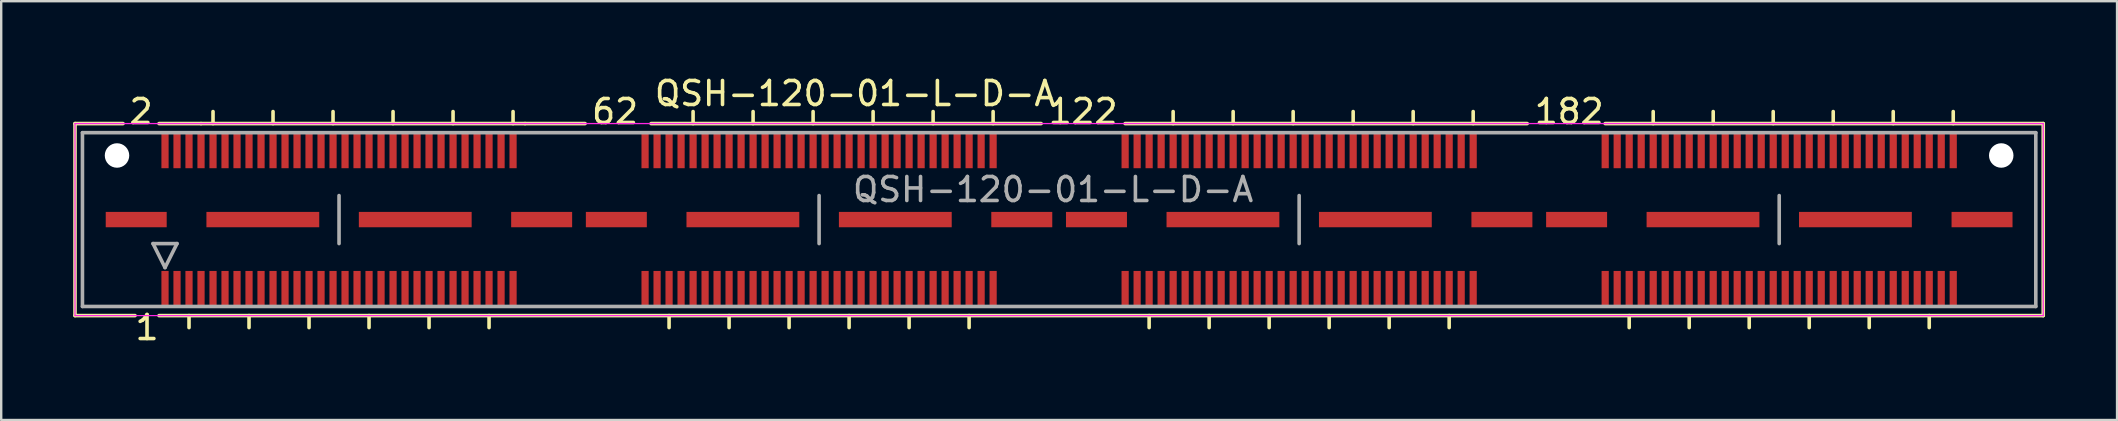
<source format=kicad_pcb>
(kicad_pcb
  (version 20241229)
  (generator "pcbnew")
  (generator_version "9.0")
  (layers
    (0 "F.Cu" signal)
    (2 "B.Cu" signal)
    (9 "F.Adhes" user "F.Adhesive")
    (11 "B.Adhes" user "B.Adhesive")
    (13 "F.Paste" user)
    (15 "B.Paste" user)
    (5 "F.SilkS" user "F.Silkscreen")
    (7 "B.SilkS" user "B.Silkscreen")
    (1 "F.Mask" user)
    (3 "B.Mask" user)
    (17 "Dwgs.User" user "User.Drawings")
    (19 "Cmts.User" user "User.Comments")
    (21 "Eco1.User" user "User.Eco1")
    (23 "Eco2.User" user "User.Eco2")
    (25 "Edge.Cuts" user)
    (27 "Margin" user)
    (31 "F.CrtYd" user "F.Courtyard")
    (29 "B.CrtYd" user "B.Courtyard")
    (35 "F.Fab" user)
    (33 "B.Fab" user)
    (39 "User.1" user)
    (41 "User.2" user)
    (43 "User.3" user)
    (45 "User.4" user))
  (footprint "QSH-120-01-L-D-A"
    (layer "F.Cu")
    (at 41.075 6.098)
    (property "Reference" "QSH-120-01-L-D-A" (at -8.5 -5.25 0) (layer "F.SilkS") (effects (font (size 1 1) (thickness 0.15))))
    (attr smd)
    (fp_line (start -41 -4) (end -41 4) (stroke (width 0.15) (type solid)) (layer "F.SilkS"))
    (fp_line (start -41 4) (end -38.5 4) (stroke (width 0.15) (type solid)) (layer "F.SilkS"))
    (fp_line (start -39 -4) (end -41 -4) (stroke (width 0.15) (type solid)) (layer "F.SilkS"))
    (fp_line (start -37.5 -4) (end -35.75 -4) (stroke (width 0.15) (type solid)) (layer "F.SilkS"))
    (fp_line (start -37.5 4) (end 41 4) (stroke (width 0.15) (type solid)) (layer "F.SilkS"))
    (fp_line (start -36.25 4) (end -36.25 4.5) (stroke (width 0.15) (type solid)) (layer "F.SilkS"))
    (fp_line (start -35.75 -4) (end -22.25 -4) (stroke (width 0.15) (type solid)) (layer "F.SilkS"))
    (fp_line (start -35.25 -4) (end -35.25 -4.5) (stroke (width 0.15) (type solid)) (layer "F.SilkS"))
    (fp_line (start -33.75 4) (end -33.75 4.5) (stroke (width 0.15) (type solid)) (layer "F.SilkS"))
    (fp_line (start -32.75 -4) (end -32.75 -4.5) (stroke (width 0.15) (type solid)) (layer "F.SilkS"))
    (fp_line (start -31.25 4) (end -31.25 4.5) (stroke (width 0.15) (type solid)) (layer "F.SilkS"))
    (fp_line (start -30.25 -4) (end -30.25 -4.5) (stroke (width 0.15) (type solid)) (layer "F.SilkS"))
    (fp_line (start -28.75 4) (end -28.75 4.5) (stroke (width 0.15) (type solid)) (layer "F.SilkS"))
    (fp_line (start -27.75 -4) (end -27.75 -4.5) (stroke (width 0.15) (type solid)) (layer "F.SilkS"))
    (fp_line (start -26.25 4) (end -26.25 4.5) (stroke (width 0.15) (type solid)) (layer "F.SilkS"))
    (fp_line (start -25.25 -4) (end -25.25 -4.5) (stroke (width 0.15) (type solid)) (layer "F.SilkS"))
    (fp_line (start -23.75 4) (end -23.75 4.5) (stroke (width 0.15) (type solid)) (layer "F.SilkS"))
    (fp_line (start -22.75 -4) (end -22.75 -4.5) (stroke (width 0.15) (type solid)) (layer "F.SilkS"))
    (fp_line (start -22.25 -4) (end -19.75 -4) (stroke (width 0.15) (type solid)) (layer "F.SilkS"))
    (fp_line (start -17 -4) (end -0.75 -4) (stroke (width 0.15) (type solid)) (layer "F.SilkS"))
    (fp_line (start -16.25 4) (end -16.25 4.5) (stroke (width 0.15) (type solid)) (layer "F.SilkS"))
    (fp_line (start -15.25 -4) (end -15.25 -4.5) (stroke (width 0.15) (type solid)) (layer "F.SilkS"))
    (fp_line (start -13.75 4) (end -13.75 4.5) (stroke (width 0.15) (type solid)) (layer "F.SilkS"))
    (fp_line (start -12.75 -4) (end -12.75 -4.5) (stroke (width 0.15) (type solid)) (layer "F.SilkS"))
    (fp_line (start -11.25 4) (end -11.25 4.5) (stroke (width 0.15) (type solid)) (layer "F.SilkS"))
    (fp_line (start -10.25 -4) (end -10.25 -4.5) (stroke (width 0.15) (type solid)) (layer "F.SilkS"))
    (fp_line (start -8.75 4) (end -8.75 4.5) (stroke (width 0.15) (type solid)) (layer "F.SilkS"))
    (fp_line (start -7.75 -4) (end -7.75 -4.5) (stroke (width 0.15) (type solid)) (layer "F.SilkS"))
    (fp_line (start -6.25 4) (end -6.25 4.5) (stroke (width 0.15) (type solid)) (layer "F.SilkS"))
    (fp_line (start -5.25 -4) (end -5.25 -4.5) (stroke (width 0.15) (type solid)) (layer "F.SilkS"))
    (fp_line (start -3.75 4.5) (end -3.75 4) (stroke (width 0.15) (type solid)) (layer "F.SilkS"))
    (fp_line (start -2.75 -4) (end -2.75 -4.5) (stroke (width 0.15) (type solid)) (layer "F.SilkS"))
    (fp_line (start 3.75 4) (end 3.75 4.5) (stroke (width 0.15) (type solid)) (layer "F.SilkS"))
    (fp_line (start 4.75 -4) (end 4.75 -4.5) (stroke (width 0.15) (type solid)) (layer "F.SilkS"))
    (fp_line (start 6.25 4) (end 6.25 4.5) (stroke (width 0.15) (type solid)) (layer "F.SilkS"))
    (fp_line (start 7.25 -4) (end 7.25 -4.5) (stroke (width 0.15) (type solid)) (layer "F.SilkS"))
    (fp_line (start 8.75 4) (end 8.75 4.5) (stroke (width 0.15) (type solid)) (layer "F.SilkS"))
    (fp_line (start 9.75 -4) (end 9.75 -4.5) (stroke (width 0.15) (type solid)) (layer "F.SilkS"))
    (fp_line (start 11.25 4) (end 11.25 4.5) (stroke (width 0.15) (type solid)) (layer "F.SilkS"))
    (fp_line (start 12.25 -4) (end 12.25 -4.5) (stroke (width 0.15) (type solid)) (layer "F.SilkS"))
    (fp_line (start 13.75 4) (end 13.75 4.5) (stroke (width 0.15) (type solid)) (layer "F.SilkS"))
    (fp_line (start 14.75 -4) (end 14.75 -4.5) (stroke (width 0.15) (type solid)) (layer "F.SilkS"))
    (fp_line (start 16.25 4) (end 16.25 4.5) (stroke (width 0.15) (type solid)) (layer "F.SilkS"))
    (fp_line (start 17.25 -4) (end 17.25 -4.5) (stroke (width 0.15) (type solid)) (layer "F.SilkS"))
    (fp_line (start 19.5 -4) (end 2.75 -4) (stroke (width 0.15) (type solid)) (layer "F.SilkS"))
    (fp_line (start 23.75 4) (end 23.75 4.5) (stroke (width 0.15) (type solid)) (layer "F.SilkS"))
    (fp_line (start 24.75 -4) (end 24.75 -4.5) (stroke (width 0.15) (type solid)) (layer "F.SilkS"))
    (fp_line (start 26.25 4) (end 26.25 4.5) (stroke (width 0.15) (type solid)) (layer "F.SilkS"))
    (fp_line (start 27.25 -4) (end 27.25 -4.5) (stroke (width 0.15) (type solid)) (layer "F.SilkS"))
    (fp_line (start 28.75 4) (end 28.75 4.5) (stroke (width 0.15) (type solid)) (layer "F.SilkS"))
    (fp_line (start 29.75 -4) (end 29.75 -4.5) (stroke (width 0.15) (type solid)) (layer "F.SilkS"))
    (fp_line (start 31.25 4) (end 31.25 4.5) (stroke (width 0.15) (type solid)) (layer "F.SilkS"))
    (fp_line (start 32.25 -4) (end 32.25 -4.5) (stroke (width 0.15) (type solid)) (layer "F.SilkS"))
    (fp_line (start 33.75 4) (end 33.75 4.5) (stroke (width 0.15) (type solid)) (layer "F.SilkS"))
    (fp_line (start 34.75 -4) (end 34.75 -4.5) (stroke (width 0.15) (type solid)) (layer "F.SilkS"))
    (fp_line (start 36.25 4) (end 36.25 4.5) (stroke (width 0.15) (type solid)) (layer "F.SilkS"))
    (fp_line (start 37.25 -4) (end 37.25 -4.5) (stroke (width 0.15) (type solid)) (layer "F.SilkS"))
    (fp_line (start 41 -4) (end 22.75 -4) (stroke (width 0.15) (type solid)) (layer "F.SilkS"))
    (fp_line (start 41 4) (end 41 -4) (stroke (width 0.15) (type solid)) (layer "F.SilkS"))
    (fp_line (start -41 -4) (end -41 4) (stroke (width 0.05) (type solid)) (layer "F.CrtYd"))
    (fp_line (start -41 -4) (end 41 -4) (stroke (width 0.05) (type solid)) (layer "F.CrtYd"))
    (fp_line (start 41 -4) (end 41 4) (stroke (width 0.05) (type solid)) (layer "F.CrtYd"))
    (fp_line (start 41 4) (end -41 4) (stroke (width 0.05) (type solid)) (layer "F.CrtYd"))
    (fp_line (start -40.69 -3.62) (end -40.69 3.62) (stroke (width 0.15) (type solid)) (layer "F.Fab"))
    (fp_line (start -40.69 3.62) (end 40.69 3.62) (stroke (width 0.15) (type solid)) (layer "F.Fab"))
    (fp_line (start -37.75 1) (end -36.75 1) (stroke (width 0.15) (type solid)) (layer "F.Fab"))
    (fp_line (start -37.25 2) (end -37.75 1) (stroke (width 0.15) (type solid)) (layer "F.Fab"))
    (fp_line (start -36.75 1) (end -37.25 2) (stroke (width 0.15) (type solid)) (layer "F.Fab"))
    (fp_line (start -30 -1) (end -30 1) (stroke (width 0.15) (type solid)) (layer "F.Fab"))
    (fp_line (start -10 -1) (end -10 1) (stroke (width 0.15) (type solid)) (layer "F.Fab"))
    (fp_line (start 10 -1) (end 10 1) (stroke (width 0.15) (type solid)) (layer "F.Fab"))
    (fp_line (start 30 -1) (end 30 1) (stroke (width 0.15) (type solid)) (layer "F.Fab"))
    (fp_line (start 40.69 -3.62) (end -40.69 -3.62) (stroke (width 0.15) (type solid)) (layer "F.Fab"))
    (fp_line (start 40.69 3.62) (end 40.69 -3.62) (stroke (width 0.15) (type solid)) (layer "F.Fab"))
    (fp_text user "62" (at -18.5 -4.5 0) (layer "F.SilkS") (effects (font (size 1 1) (thickness 0.15))))
    (fp_text user "1" (at -38 4.5 0) (layer "F.SilkS") (effects (font (size 1 1) (thickness 0.15))))
    (fp_text user "182" (at 21.25 -4.5 0) (layer "F.SilkS") (effects (font (size 1 1) (thickness 0.15))))
    (fp_text user "2" (at -38.25 -4.5 0) (layer "F.SilkS") (effects (font (size 1 1) (thickness 0.15))))
    (fp_text user "122" (at 1 -4.5 0) (layer "F.SilkS") (effects (font (size 1 1) (thickness 0.15))))
    (fp_text user "${REFERENCE}" (at -0.25 -1.25 0) (layer "F.Fab") (effects (font (size 1 1) (thickness 0.15))))
    (pad "" np_thru_hole circle (at -39.25 -2.67) (size 1.02 1.02) (drill 1.02) (layers "*.Cu" "*.Mask"))
    (pad "" np_thru_hole circle (at 39.25 -2.67) (size 1.02 1.02) (drill 1.02) (layers "*.Cu" "*.Mask"))
    (pad "1" smd rect (at -37.25 2.865) (size 0.3 1.45) (layers "F.Cu" "F.Mask" "F.Paste"))
    (pad "2" smd rect (at -37.25 -2.865) (size 0.3 1.45) (layers "F.Cu" "F.Mask" "F.Paste"))
    (pad "3" smd rect (at -36.75 2.865) (size 0.3 1.45) (layers "F.Cu" "F.Mask" "F.Paste"))
    (pad "4" smd rect (at -36.75 -2.865) (size 0.3 1.45) (layers "F.Cu" "F.Mask" "F.Paste"))
    (pad "5" smd rect (at -36.25 2.865) (size 0.3 1.45) (layers "F.Cu" "F.Mask" "F.Paste"))
    (pad "6" smd rect (at -36.25 -2.865) (size 0.3 1.45) (layers "F.Cu" "F.Mask" "F.Paste"))
    (pad "7" smd rect (at -35.75 2.865) (size 0.3 1.45) (layers "F.Cu" "F.Mask" "F.Paste"))
    (pad "8" smd rect (at -35.75 -2.865) (size 0.3 1.45) (layers "F.Cu" "F.Mask" "F.Paste"))
    (pad "9" smd rect (at -35.25 2.865) (size 0.3 1.45) (layers "F.Cu" "F.Mask" "F.Paste"))
    (pad "10" smd rect (at -35.25 -2.865) (size 0.3 1.45) (layers "F.Cu" "F.Mask" "F.Paste"))
    (pad "11" smd rect (at -34.75 2.865) (size 0.3 1.45) (layers "F.Cu" "F.Mask" "F.Paste"))
    (pad "12" smd rect (at -34.75 -2.865) (size 0.3 1.45) (layers "F.Cu" "F.Mask" "F.Paste"))
    (pad "13" smd rect (at -34.25 2.865) (size 0.3 1.45) (layers "F.Cu" "F.Mask" "F.Paste"))
    (pad "14" smd rect (at -34.25 -2.865) (size 0.3 1.45) (layers "F.Cu" "F.Mask" "F.Paste"))
    (pad "15" smd rect (at -33.75 2.865) (size 0.3 1.45) (layers "F.Cu" "F.Mask" "F.Paste"))
    (pad "16" smd rect (at -33.75 -2.865) (size 0.3 1.45) (layers "F.Cu" "F.Mask" "F.Paste"))
    (pad "17" smd rect (at -33.25 2.865) (size 0.3 1.45) (layers "F.Cu" "F.Mask" "F.Paste"))
    (pad "18" smd rect (at -33.25 -2.865) (size 0.3 1.45) (layers "F.Cu" "F.Mask" "F.Paste"))
    (pad "19" smd rect (at -32.75 2.865) (size 0.3 1.45) (layers "F.Cu" "F.Mask" "F.Paste"))
    (pad "20" smd rect (at -32.75 -2.865) (size 0.3 1.45) (layers "F.Cu" "F.Mask" "F.Paste"))
    (pad "21" smd rect (at -32.25 2.865) (size 0.3 1.45) (layers "F.Cu" "F.Mask" "F.Paste"))
    (pad "22" smd rect (at -32.25 -2.865) (size 0.3 1.45) (layers "F.Cu" "F.Mask" "F.Paste"))
    (pad "23" smd rect (at -31.75 2.865) (size 0.3 1.45) (layers "F.Cu" "F.Mask" "F.Paste"))
    (pad "24" smd rect (at -31.75 -2.865) (size 0.3 1.45) (layers "F.Cu" "F.Mask" "F.Paste"))
    (pad "25" smd rect (at -31.25 2.865) (size 0.3 1.45) (layers "F.Cu" "F.Mask" "F.Paste"))
    (pad "26" smd rect (at -31.25 -2.865) (size 0.3 1.45) (layers "F.Cu" "F.Mask" "F.Paste"))
    (pad "27" smd rect (at -30.75 2.865) (size 0.3 1.45) (layers "F.Cu" "F.Mask" "F.Paste"))
    (pad "28" smd rect (at -30.75 -2.865) (size 0.3 1.45) (layers "F.Cu" "F.Mask" "F.Paste"))
    (pad "29" smd rect (at -30.25 2.865) (size 0.3 1.45) (layers "F.Cu" "F.Mask" "F.Paste"))
    (pad "30" smd rect (at -30.25 -2.865) (size 0.3 1.45) (layers "F.Cu" "F.Mask" "F.Paste"))
    (pad "31" smd rect (at -29.75 2.865) (size 0.3 1.45) (layers "F.Cu" "F.Mask" "F.Paste"))
    (pad "32" smd rect (at -29.75 -2.865) (size 0.3 1.45) (layers "F.Cu" "F.Mask" "F.Paste"))
    (pad "33" smd rect (at -29.25 2.865) (size 0.3 1.45) (layers "F.Cu" "F.Mask" "F.Paste"))
    (pad "34" smd rect (at -29.25 -2.865) (size 0.3 1.45) (layers "F.Cu" "F.Mask" "F.Paste"))
    (pad "35" smd rect (at -28.75 2.865) (size 0.3 1.45) (layers "F.Cu" "F.Mask" "F.Paste"))
    (pad "36" smd rect (at -28.75 -2.865) (size 0.3 1.45) (layers "F.Cu" "F.Mask" "F.Paste"))
    (pad "37" smd rect (at -28.25 2.865) (size 0.3 1.45) (layers "F.Cu" "F.Mask" "F.Paste"))
    (pad "38" smd rect (at -28.25 -2.865) (size 0.3 1.45) (layers "F.Cu" "F.Mask" "F.Paste"))
    (pad "39" smd rect (at -27.75 2.865) (size 0.3 1.45) (layers "F.Cu" "F.Mask" "F.Paste"))
    (pad "40" smd rect (at -27.75 -2.865) (size 0.3 1.45) (layers "F.Cu" "F.Mask" "F.Paste"))
    (pad "41" smd rect (at -27.25 2.865) (size 0.3 1.45) (layers "F.Cu" "F.Mask" "F.Paste"))
    (pad "42" smd rect (at -27.25 -2.865) (size 0.3 1.45) (layers "F.Cu" "F.Mask" "F.Paste"))
    (pad "43" smd rect (at -26.75 2.865) (size 0.3 1.45) (layers "F.Cu" "F.Mask" "F.Paste"))
    (pad "44" smd rect (at -26.75 -2.865) (size 0.3 1.45) (layers "F.Cu" "F.Mask" "F.Paste"))
    (pad "45" smd rect (at -26.25 2.865) (size 0.3 1.45) (layers "F.Cu" "F.Mask" "F.Paste"))
    (pad "46" smd rect (at -26.25 -2.865) (size 0.3 1.45) (layers "F.Cu" "F.Mask" "F.Paste"))
    (pad "47" smd rect (at -25.75 2.865) (size 0.3 1.45) (layers "F.Cu" "F.Mask" "F.Paste"))
    (pad "48" smd rect (at -25.75 -2.865) (size 0.3 1.45) (layers "F.Cu" "F.Mask" "F.Paste"))
    (pad "49" smd rect (at -25.25 2.865) (size 0.3 1.45) (layers "F.Cu" "F.Mask" "F.Paste"))
    (pad "50" smd rect (at -25.25 -2.865) (size 0.3 1.45) (layers "F.Cu" "F.Mask" "F.Paste"))
    (pad "51" smd rect (at -24.75 2.865) (size 0.3 1.45) (layers "F.Cu" "F.Mask" "F.Paste"))
    (pad "52" smd rect (at -24.75 -2.865) (size 0.3 1.45) (layers "F.Cu" "F.Mask" "F.Paste"))
    (pad "53" smd rect (at -24.25 2.865) (size 0.3 1.45) (layers "F.Cu" "F.Mask" "F.Paste"))
    (pad "54" smd rect (at -24.25 -2.865) (size 0.3 1.45) (layers "F.Cu" "F.Mask" "F.Paste"))
    (pad "55" smd rect (at -23.75 2.865) (size 0.3 1.45) (layers "F.Cu" "F.Mask" "F.Paste"))
    (pad "56" smd rect (at -23.75 -2.865) (size 0.3 1.45) (layers "F.Cu" "F.Mask" "F.Paste"))
    (pad "57" smd rect (at -23.25 2.865) (size 0.3 1.45) (layers "F.Cu" "F.Mask" "F.Paste"))
    (pad "58" smd rect (at -23.25 -2.865) (size 0.3 1.45) (layers "F.Cu" "F.Mask" "F.Paste"))
    (pad "59" smd rect (at -22.75 2.865) (size 0.3 1.45) (layers "F.Cu" "F.Mask" "F.Paste"))
    (pad "60" smd rect (at -22.75 -2.865) (size 0.3 1.45) (layers "F.Cu" "F.Mask" "F.Paste"))
    (pad "61" smd rect (at -17.25 2.865) (size 0.3 1.45) (layers "F.Cu" "F.Mask" "F.Paste"))
    (pad "62" smd rect (at -17.25 -2.865) (size 0.3 1.45) (layers "F.Cu" "F.Mask" "F.Paste"))
    (pad "63" smd rect (at -16.75 2.865) (size 0.3 1.45) (layers "F.Cu" "F.Mask" "F.Paste"))
    (pad "64" smd rect (at -16.75 -2.865) (size 0.3 1.45) (layers "F.Cu" "F.Mask" "F.Paste"))
    (pad "65" smd rect (at -16.25 2.865) (size 0.3 1.45) (layers "F.Cu" "F.Mask" "F.Paste"))
    (pad "66" smd rect (at -16.25 -2.865) (size 0.3 1.45) (layers "F.Cu" "F.Mask" "F.Paste"))
    (pad "67" smd rect (at -15.75 2.865) (size 0.3 1.45) (layers "F.Cu" "F.Mask" "F.Paste"))
    (pad "68" smd rect (at -15.75 -2.865) (size 0.3 1.45) (layers "F.Cu" "F.Mask" "F.Paste"))
    (pad "69" smd rect (at -15.25 2.865) (size 0.3 1.45) (layers "F.Cu" "F.Mask" "F.Paste"))
    (pad "70" smd rect (at -15.25 -2.865) (size 0.3 1.45) (layers "F.Cu" "F.Mask" "F.Paste"))
    (pad "71" smd rect (at -14.75 2.865) (size 0.3 1.45) (layers "F.Cu" "F.Mask" "F.Paste"))
    (pad "72" smd rect (at -14.75 -2.865) (size 0.3 1.45) (layers "F.Cu" "F.Mask" "F.Paste"))
    (pad "73" smd rect (at -14.25 2.865) (size 0.3 1.45) (layers "F.Cu" "F.Mask" "F.Paste"))
    (pad "74" smd rect (at -14.25 -2.865) (size 0.3 1.45) (layers "F.Cu" "F.Mask" "F.Paste"))
    (pad "75" smd rect (at -13.75 2.865) (size 0.3 1.45) (layers "F.Cu" "F.Mask" "F.Paste"))
    (pad "76" smd rect (at -13.75 -2.865) (size 0.3 1.45) (layers "F.Cu" "F.Mask" "F.Paste"))
    (pad "77" smd rect (at -13.25 2.865) (size 0.3 1.45) (layers "F.Cu" "F.Mask" "F.Paste"))
    (pad "78" smd rect (at -13.25 -2.865) (size 0.3 1.45) (layers "F.Cu" "F.Mask" "F.Paste"))
    (pad "79" smd rect (at -12.75 2.865) (size 0.3 1.45) (layers "F.Cu" "F.Mask" "F.Paste"))
    (pad "80" smd rect (at -12.75 -2.865) (size 0.3 1.45) (layers "F.Cu" "F.Mask" "F.Paste"))
    (pad "81" smd rect (at -12.25 2.865) (size 0.3 1.45) (layers "F.Cu" "F.Mask" "F.Paste"))
    (pad "82" smd rect (at -12.25 -2.865) (size 0.3 1.45) (layers "F.Cu" "F.Mask" "F.Paste"))
    (pad "83" smd rect (at -11.75 2.865) (size 0.3 1.45) (layers "F.Cu" "F.Mask" "F.Paste"))
    (pad "84" smd rect (at -11.75 -2.865) (size 0.3 1.45) (layers "F.Cu" "F.Mask" "F.Paste"))
    (pad "85" smd rect (at -11.25 2.865) (size 0.3 1.45) (layers "F.Cu" "F.Mask" "F.Paste"))
    (pad "86" smd rect (at -11.25 -2.865) (size 0.3 1.45) (layers "F.Cu" "F.Mask" "F.Paste"))
    (pad "87" smd rect (at -10.75 2.865) (size 0.3 1.45) (layers "F.Cu" "F.Mask" "F.Paste"))
    (pad "88" smd rect (at -10.75 -2.865) (size 0.3 1.45) (layers "F.Cu" "F.Mask" "F.Paste"))
    (pad "89" smd rect (at -10.25 2.865) (size 0.3 1.45) (layers "F.Cu" "F.Mask" "F.Paste"))
    (pad "90" smd rect (at -10.25 -2.865) (size 0.3 1.45) (layers "F.Cu" "F.Mask" "F.Paste"))
    (pad "91" smd rect (at -9.75 2.865) (size 0.3 1.45) (layers "F.Cu" "F.Mask" "F.Paste"))
    (pad "92" smd rect (at -9.75 -2.865) (size 0.3 1.45) (layers "F.Cu" "F.Mask" "F.Paste"))
    (pad "93" smd rect (at -9.25 2.865) (size 0.3 1.45) (layers "F.Cu" "F.Mask" "F.Paste"))
    (pad "94" smd rect (at -9.25 -2.865) (size 0.3 1.45) (layers "F.Cu" "F.Mask" "F.Paste"))
    (pad "95" smd rect (at -8.75 2.865) (size 0.3 1.45) (layers "F.Cu" "F.Mask" "F.Paste"))
    (pad "96" smd rect (at -8.75 -2.865) (size 0.3 1.45) (layers "F.Cu" "F.Mask" "F.Paste"))
    (pad "97" smd rect (at -8.25 2.865) (size 0.3 1.45) (layers "F.Cu" "F.Mask" "F.Paste"))
    (pad "98" smd rect (at -8.25 -2.865) (size 0.3 1.45) (layers "F.Cu" "F.Mask" "F.Paste"))
    (pad "99" smd rect (at -7.75 2.865) (size 0.3 1.45) (layers "F.Cu" "F.Mask" "F.Paste"))
    (pad "100" smd rect (at -7.75 -2.865) (size 0.3 1.45) (layers "F.Cu" "F.Mask" "F.Paste"))
    (pad "101" smd rect (at -7.25 2.865) (size 0.3 1.45) (layers "F.Cu" "F.Mask" "F.Paste"))
    (pad "102" smd rect (at -7.25 -2.865) (size 0.3 1.45) (layers "F.Cu" "F.Mask" "F.Paste"))
    (pad "103" smd rect (at -6.75 2.865) (size 0.3 1.45) (layers "F.Cu" "F.Mask" "F.Paste"))
    (pad "104" smd rect (at -6.75 -2.865) (size 0.3 1.45) (layers "F.Cu" "F.Mask" "F.Paste"))
    (pad "105" smd rect (at -6.25 2.865) (size 0.3 1.45) (layers "F.Cu" "F.Mask" "F.Paste"))
    (pad "106" smd rect (at -6.25 -2.865) (size 0.3 1.45) (layers "F.Cu" "F.Mask" "F.Paste"))
    (pad "107" smd rect (at -5.75 2.865) (size 0.3 1.45) (layers "F.Cu" "F.Mask" "F.Paste"))
    (pad "108" smd rect (at -5.75 -2.865) (size 0.3 1.45) (layers "F.Cu" "F.Mask" "F.Paste"))
    (pad "109" smd rect (at -5.25 2.865) (size 0.3 1.45) (layers "F.Cu" "F.Mask" "F.Paste"))
    (pad "110" smd rect (at -5.25 -2.865) (size 0.3 1.45) (layers "F.Cu" "F.Mask" "F.Paste"))
    (pad "111" smd rect (at -4.75 2.865) (size 0.3 1.45) (layers "F.Cu" "F.Mask" "F.Paste"))
    (pad "112" smd rect (at -4.75 -2.865) (size 0.3 1.45) (layers "F.Cu" "F.Mask" "F.Paste"))
    (pad "113" smd rect (at -4.25 2.865) (size 0.3 1.45) (layers "F.Cu" "F.Mask" "F.Paste"))
    (pad "114" smd rect (at -4.25 -2.865) (size 0.3 1.45) (layers "F.Cu" "F.Mask" "F.Paste"))
    (pad "115" smd rect (at -3.75 2.865) (size 0.3 1.45) (layers "F.Cu" "F.Mask" "F.Paste"))
    (pad "116" smd rect (at -3.75 -2.865) (size 0.3 1.45) (layers "F.Cu" "F.Mask" "F.Paste"))
    (pad "117" smd rect (at -3.25 2.865) (size 0.3 1.45) (layers "F.Cu" "F.Mask" "F.Paste"))
    (pad "118" smd rect (at -3.25 -2.865) (size 0.3 1.45) (layers "F.Cu" "F.Mask" "F.Paste"))
    (pad "119" smd rect (at -2.75 2.865) (size 0.3 1.45) (layers "F.Cu" "F.Mask" "F.Paste"))
    (pad "120" smd rect (at -2.75 -2.865) (size 0.3 1.45) (layers "F.Cu" "F.Mask" "F.Paste"))
    (pad "121" smd rect (at 2.75 2.865) (size 0.3 1.45) (layers "F.Cu" "F.Mask" "F.Paste"))
    (pad "122" smd rect (at 2.75 -2.865) (size 0.3 1.45) (layers "F.Cu" "F.Mask" "F.Paste"))
    (pad "123" smd rect (at 3.25 2.865) (size 0.3 1.45) (layers "F.Cu" "F.Mask" "F.Paste"))
    (pad "124" smd rect (at 3.25 -2.865) (size 0.3 1.45) (layers "F.Cu" "F.Mask" "F.Paste"))
    (pad "125" smd rect (at 3.75 2.865) (size 0.3 1.45) (layers "F.Cu" "F.Mask" "F.Paste"))
    (pad "126" smd rect (at 3.75 -2.865) (size 0.3 1.45) (layers "F.Cu" "F.Mask" "F.Paste"))
    (pad "127" smd rect (at 4.25 2.865) (size 0.3 1.45) (layers "F.Cu" "F.Mask" "F.Paste"))
    (pad "128" smd rect (at 4.25 -2.865) (size 0.3 1.45) (layers "F.Cu" "F.Mask" "F.Paste"))
    (pad "129" smd rect (at 4.75 2.865) (size 0.3 1.45) (layers "F.Cu" "F.Mask" "F.Paste"))
    (pad "130" smd rect (at 4.75 -2.865) (size 0.3 1.45) (layers "F.Cu" "F.Mask" "F.Paste"))
    (pad "131" smd rect (at 5.25 2.865) (size 0.3 1.45) (layers "F.Cu" "F.Mask" "F.Paste"))
    (pad "132" smd rect (at 5.25 -2.865) (size 0.3 1.45) (layers "F.Cu" "F.Mask" "F.Paste"))
    (pad "133" smd rect (at 5.75 2.865) (size 0.3 1.45) (layers "F.Cu" "F.Mask" "F.Paste"))
    (pad "134" smd rect (at 5.75 -2.865) (size 0.3 1.45) (layers "F.Cu" "F.Mask" "F.Paste"))
    (pad "135" smd rect (at 6.25 2.865) (size 0.3 1.45) (layers "F.Cu" "F.Mask" "F.Paste"))
    (pad "136" smd rect (at 6.25 -2.865) (size 0.3 1.45) (layers "F.Cu" "F.Mask" "F.Paste"))
    (pad "137" smd rect (at 6.75 2.865) (size 0.3 1.45) (layers "F.Cu" "F.Mask" "F.Paste"))
    (pad "138" smd rect (at 6.75 -2.865) (size 0.3 1.45) (layers "F.Cu" "F.Mask" "F.Paste"))
    (pad "139" smd rect (at 7.25 2.865) (size 0.3 1.45) (layers "F.Cu" "F.Mask" "F.Paste"))
    (pad "140" smd rect (at 7.25 -2.865) (size 0.3 1.45) (layers "F.Cu" "F.Mask" "F.Paste"))
    (pad "141" smd rect (at 7.75 2.865) (size 0.3 1.45) (layers "F.Cu" "F.Mask" "F.Paste"))
    (pad "142" smd rect (at 7.75 -2.865) (size 0.3 1.45) (layers "F.Cu" "F.Mask" "F.Paste"))
    (pad "143" smd rect (at 8.25 2.865) (size 0.3 1.45) (layers "F.Cu" "F.Mask" "F.Paste"))
    (pad "144" smd rect (at 8.25 -2.865) (size 0.3 1.45) (layers "F.Cu" "F.Mask" "F.Paste"))
    (pad "145" smd rect (at 8.75 2.865) (size 0.3 1.45) (layers "F.Cu" "F.Mask" "F.Paste"))
    (pad "146" smd rect (at 8.75 -2.865) (size 0.3 1.45) (layers "F.Cu" "F.Mask" "F.Paste"))
    (pad "147" smd rect (at 9.25 2.865) (size 0.3 1.45) (layers "F.Cu" "F.Mask" "F.Paste"))
    (pad "148" smd rect (at 9.25 -2.865) (size 0.3 1.45) (layers "F.Cu" "F.Mask" "F.Paste"))
    (pad "149" smd rect (at 9.75 2.865) (size 0.3 1.45) (layers "F.Cu" "F.Mask" "F.Paste"))
    (pad "150" smd rect (at 9.75 -2.865) (size 0.3 1.45) (layers "F.Cu" "F.Mask" "F.Paste"))
    (pad "151" smd rect (at 10.25 2.865) (size 0.3 1.45) (layers "F.Cu" "F.Mask" "F.Paste"))
    (pad "152" smd rect (at 10.25 -2.865) (size 0.3 1.45) (layers "F.Cu" "F.Mask" "F.Paste"))
    (pad "153" smd rect (at 10.75 2.865) (size 0.3 1.45) (layers "F.Cu" "F.Mask" "F.Paste"))
    (pad "154" smd rect (at 10.75 -2.865) (size 0.3 1.45) (layers "F.Cu" "F.Mask" "F.Paste"))
    (pad "155" smd rect (at 11.25 2.865) (size 0.3 1.45) (layers "F.Cu" "F.Mask" "F.Paste"))
    (pad "156" smd rect (at 11.25 -2.865) (size 0.3 1.45) (layers "F.Cu" "F.Mask" "F.Paste"))
    (pad "157" smd rect (at 11.75 2.865) (size 0.3 1.45) (layers "F.Cu" "F.Mask" "F.Paste"))
    (pad "158" smd rect (at 11.75 -2.865) (size 0.3 1.45) (layers "F.Cu" "F.Mask" "F.Paste"))
    (pad "159" smd rect (at 12.25 2.865) (size 0.3 1.45) (layers "F.Cu" "F.Mask" "F.Paste"))
    (pad "160" smd rect (at 12.25 -2.865) (size 0.3 1.45) (layers "F.Cu" "F.Mask" "F.Paste"))
    (pad "161" smd rect (at 12.75 2.865) (size 0.3 1.45) (layers "F.Cu" "F.Mask" "F.Paste"))
    (pad "162" smd rect (at 12.75 -2.865) (size 0.3 1.45) (layers "F.Cu" "F.Mask" "F.Paste"))
    (pad "163" smd rect (at 13.25 2.865) (size 0.3 1.45) (layers "F.Cu" "F.Mask" "F.Paste"))
    (pad "164" smd rect (at 13.25 -2.865) (size 0.3 1.45) (layers "F.Cu" "F.Mask" "F.Paste"))
    (pad "165" smd rect (at 13.75 2.865) (size 0.3 1.45) (layers "F.Cu" "F.Mask" "F.Paste"))
    (pad "166" smd rect (at 13.75 -2.865) (size 0.3 1.45) (layers "F.Cu" "F.Mask" "F.Paste"))
    (pad "167" smd rect (at 14.25 2.865) (size 0.3 1.45) (layers "F.Cu" "F.Mask" "F.Paste"))
    (pad "168" smd rect (at 14.25 -2.865) (size 0.3 1.45) (layers "F.Cu" "F.Mask" "F.Paste"))
    (pad "169" smd rect (at 14.75 2.865) (size 0.3 1.45) (layers "F.Cu" "F.Mask" "F.Paste"))
    (pad "170" smd rect (at 14.75 -2.865) (size 0.3 1.45) (layers "F.Cu" "F.Mask" "F.Paste"))
    (pad "171" smd rect (at 15.25 2.865) (size 0.3 1.45) (layers "F.Cu" "F.Mask" "F.Paste"))
    (pad "172" smd rect (at 15.25 -2.865) (size 0.3 1.45) (layers "F.Cu" "F.Mask" "F.Paste"))
    (pad "173" smd rect (at 15.75 2.865) (size 0.3 1.45) (layers "F.Cu" "F.Mask" "F.Paste"))
    (pad "174" smd rect (at 15.75 -2.865) (size 0.3 1.45) (layers "F.Cu" "F.Mask" "F.Paste"))
    (pad "175" smd rect (at 16.25 2.865) (size 0.3 1.45) (layers "F.Cu" "F.Mask" "F.Paste"))
    (pad "176" smd rect (at 16.25 -2.865) (size 0.3 1.45) (layers "F.Cu" "F.Mask" "F.Paste"))
    (pad "177" smd rect (at 16.75 2.865) (size 0.3 1.45) (layers "F.Cu" "F.Mask" "F.Paste"))
    (pad "178" smd rect (at 16.75 -2.865) (size 0.3 1.45) (layers "F.Cu" "F.Mask" "F.Paste"))
    (pad "179" smd rect (at 17.25 2.865) (size 0.3 1.45) (layers "F.Cu" "F.Mask" "F.Paste"))
    (pad "180" smd rect (at 17.25 -2.865) (size 0.3 1.45) (layers "F.Cu" "F.Mask" "F.Paste"))
    (pad "181" smd rect (at 22.75 2.865) (size 0.3 1.45) (layers "F.Cu" "F.Mask" "F.Paste"))
    (pad "182" smd rect (at 22.75 -2.865) (size 0.3 1.45) (layers "F.Cu" "F.Mask" "F.Paste"))
    (pad "183" smd rect (at 23.25 2.865) (size 0.3 1.45) (layers "F.Cu" "F.Mask" "F.Paste"))
    (pad "184" smd rect (at 23.25 -2.865) (size 0.3 1.45) (layers "F.Cu" "F.Mask" "F.Paste"))
    (pad "185" smd rect (at 23.75 2.865) (size 0.3 1.45) (layers "F.Cu" "F.Mask" "F.Paste"))
    (pad "186" smd rect (at 23.75 -2.865) (size 0.3 1.45) (layers "F.Cu" "F.Mask" "F.Paste"))
    (pad "187" smd rect (at 24.25 2.865) (size 0.3 1.45) (layers "F.Cu" "F.Mask" "F.Paste"))
    (pad "188" smd rect (at 24.25 -2.865) (size 0.3 1.45) (layers "F.Cu" "F.Mask" "F.Paste"))
    (pad "189" smd rect (at 24.75 2.865) (size 0.3 1.45) (layers "F.Cu" "F.Mask" "F.Paste"))
    (pad "190" smd rect (at 24.75 -2.865) (size 0.3 1.45) (layers "F.Cu" "F.Mask" "F.Paste"))
    (pad "191" smd rect (at 25.25 2.865) (size 0.3 1.45) (layers "F.Cu" "F.Mask" "F.Paste"))
    (pad "192" smd rect (at 25.25 -2.865) (size 0.3 1.45) (layers "F.Cu" "F.Mask" "F.Paste"))
    (pad "193" smd rect (at 25.75 2.865) (size 0.3 1.45) (layers "F.Cu" "F.Mask" "F.Paste"))
    (pad "194" smd rect (at 25.75 -2.865) (size 0.3 1.45) (layers "F.Cu" "F.Mask" "F.Paste"))
    (pad "195" smd rect (at 26.25 2.865) (size 0.3 1.45) (layers "F.Cu" "F.Mask" "F.Paste"))
    (pad "196" smd rect (at 26.25 -2.865) (size 0.3 1.45) (layers "F.Cu" "F.Mask" "F.Paste"))
    (pad "197" smd rect (at 26.75 2.865) (size 0.3 1.45) (layers "F.Cu" "F.Mask" "F.Paste"))
    (pad "198" smd rect (at 26.75 -2.865) (size 0.3 1.45) (layers "F.Cu" "F.Mask" "F.Paste"))
    (pad "199" smd rect (at 27.25 2.865) (size 0.3 1.45) (layers "F.Cu" "F.Mask" "F.Paste"))
    (pad "200" smd rect (at 27.25 -2.865) (size 0.3 1.45) (layers "F.Cu" "F.Mask" "F.Paste"))
    (pad "201" smd rect (at 27.75 2.865) (size 0.3 1.45) (layers "F.Cu" "F.Mask" "F.Paste"))
    (pad "202" smd rect (at 27.75 -2.865) (size 0.3 1.45) (layers "F.Cu" "F.Mask" "F.Paste"))
    (pad "203" smd rect (at 28.25 2.865) (size 0.3 1.45) (layers "F.Cu" "F.Mask" "F.Paste"))
    (pad "204" smd rect (at 28.25 -2.865) (size 0.3 1.45) (layers "F.Cu" "F.Mask" "F.Paste"))
    (pad "205" smd rect (at 28.75 2.865) (size 0.3 1.45) (layers "F.Cu" "F.Mask" "F.Paste"))
    (pad "206" smd rect (at 28.75 -2.865) (size 0.3 1.45) (layers "F.Cu" "F.Mask" "F.Paste"))
    (pad "207" smd rect (at 29.25 2.865) (size 0.3 1.45) (layers "F.Cu" "F.Mask" "F.Paste"))
    (pad "208" smd rect (at 29.25 -2.865) (size 0.3 1.45) (layers "F.Cu" "F.Mask" "F.Paste"))
    (pad "209" smd rect (at 29.75 2.865) (size 0.3 1.45) (layers "F.Cu" "F.Mask" "F.Paste"))
    (pad "210" smd rect (at 29.75 -2.865) (size 0.3 1.45) (layers "F.Cu" "F.Mask" "F.Paste"))
    (pad "211" smd rect (at 30.25 2.865) (size 0.3 1.45) (layers "F.Cu" "F.Mask" "F.Paste"))
    (pad "212" smd rect (at 30.25 -2.865) (size 0.3 1.45) (layers "F.Cu" "F.Mask" "F.Paste"))
    (pad "213" smd rect (at 30.75 2.865) (size 0.3 1.45) (layers "F.Cu" "F.Mask" "F.Paste"))
    (pad "214" smd rect (at 30.75 -2.865) (size 0.3 1.45) (layers "F.Cu" "F.Mask" "F.Paste"))
    (pad "215" smd rect (at 31.25 2.865) (size 0.3 1.45) (layers "F.Cu" "F.Mask" "F.Paste"))
    (pad "216" smd rect (at 31.25 -2.865) (size 0.3 1.45) (layers "F.Cu" "F.Mask" "F.Paste"))
    (pad "217" smd rect (at 31.75 2.865) (size 0.3 1.45) (layers "F.Cu" "F.Mask" "F.Paste"))
    (pad "218" smd rect (at 31.75 -2.865) (size 0.3 1.45) (layers "F.Cu" "F.Mask" "F.Paste"))
    (pad "219" smd rect (at 32.25 2.865) (size 0.3 1.45) (layers "F.Cu" "F.Mask" "F.Paste"))
    (pad "220" smd rect (at 32.25 -2.865) (size 0.3 1.45) (layers "F.Cu" "F.Mask" "F.Paste"))
    (pad "221" smd rect (at 32.75 2.865) (size 0.3 1.45) (layers "F.Cu" "F.Mask" "F.Paste"))
    (pad "222" smd rect (at 32.75 -2.865) (size 0.3 1.45) (layers "F.Cu" "F.Mask" "F.Paste"))
    (pad "223" smd rect (at 33.25 2.865) (size 0.3 1.45) (layers "F.Cu" "F.Mask" "F.Paste"))
    (pad "224" smd rect (at 33.25 -2.865) (size 0.3 1.45) (layers "F.Cu" "F.Mask" "F.Paste"))
    (pad "225" smd rect (at 33.75 2.865) (size 0.3 1.45) (layers "F.Cu" "F.Mask" "F.Paste"))
    (pad "226" smd rect (at 33.75 -2.865) (size 0.3 1.45) (layers "F.Cu" "F.Mask" "F.Paste"))
    (pad "227" smd rect (at 34.25 2.865) (size 0.3 1.45) (layers "F.Cu" "F.Mask" "F.Paste"))
    (pad "228" smd rect (at 34.25 -2.865) (size 0.3 1.45) (layers "F.Cu" "F.Mask" "F.Paste"))
    (pad "229" smd rect (at 34.75 2.865) (size 0.3 1.45) (layers "F.Cu" "F.Mask" "F.Paste"))
    (pad "230" smd rect (at 34.75 -2.865) (size 0.3 1.45) (layers "F.Cu" "F.Mask" "F.Paste"))
    (pad "231" smd rect (at 35.25 2.865) (size 0.3 1.45) (layers "F.Cu" "F.Mask" "F.Paste"))
    (pad "232" smd rect (at 35.25 -2.865) (size 0.3 1.45) (layers "F.Cu" "F.Mask" "F.Paste"))
    (pad "233" smd rect (at 35.75 2.865) (size 0.3 1.45) (layers "F.Cu" "F.Mask" "F.Paste"))
    (pad "234" smd rect (at 35.75 -2.865) (size 0.3 1.45) (layers "F.Cu" "F.Mask" "F.Paste"))
    (pad "235" smd rect (at 36.25 2.865) (size 0.3 1.45) (layers "F.Cu" "F.Mask" "F.Paste"))
    (pad "236" smd rect (at 36.25 -2.865) (size 0.3 1.45) (layers "F.Cu" "F.Mask" "F.Paste"))
    (pad "237" smd rect (at 36.75 2.865) (size 0.3 1.45) (layers "F.Cu" "F.Mask" "F.Paste"))
    (pad "238" smd rect (at 36.75 -2.865) (size 0.3 1.45) (layers "F.Cu" "F.Mask" "F.Paste"))
    (pad "239" smd rect (at 37.25 2.865) (size 0.3 1.45) (layers "F.Cu" "F.Mask" "F.Paste"))
    (pad "240" smd rect (at 37.25 -2.865) (size 0.3 1.45) (layers "F.Cu" "F.Mask" "F.Paste"))
    (pad "241" smd rect (at -38.45 0) (size 2.54 0.64) (layers "F.Cu" "F.Mask" "F.Paste"))
    (pad "242" smd rect (at -33.175 0) (size 4.7 0.64) (layers "F.Cu" "F.Mask" "F.Paste"))
    (pad "243" smd rect (at -26.825 0) (size 4.7 0.64) (layers "F.Cu" "F.Mask" "F.Paste"))
    (pad "244" smd rect (at -21.559 0) (size 2.54 0.64) (layers "F.Cu" "F.Mask" "F.Paste"))
    (pad "245" smd rect (at -18.447 0) (size 2.54 0.64) (layers "F.Cu" "F.Mask" "F.Paste"))
    (pad "246" smd rect (at -13.175 0) (size 4.7 0.64) (layers "F.Cu" "F.Mask" "F.Paste"))
    (pad "247" smd rect (at -6.825 0) (size 4.7 0.64) (layers "F.Cu" "F.Mask" "F.Paste"))
    (pad "248" smd rect (at -1.556 0) (size 2.54 0.64) (layers "F.Cu" "F.Mask" "F.Paste"))
    (pad "249" smd rect (at 1.556 0) (size 2.54 0.64) (layers "F.Cu" "F.Mask" "F.Paste"))
    (pad "250" smd rect (at 6.825 0) (size 4.7 0.64) (layers "F.Cu" "F.Mask" "F.Paste"))
    (pad "251" smd rect (at 13.175 0) (size 4.7 0.64) (layers "F.Cu" "F.Mask" "F.Paste"))
    (pad "252" smd rect (at 18.447 0) (size 2.54 0.64) (layers "F.Cu" "F.Mask" "F.Paste"))
    (pad "253" smd rect (at 21.559 0) (size 2.54 0.64) (layers "F.Cu" "F.Mask" "F.Paste"))
    (pad "254" smd rect (at 26.825 0) (size 4.7 0.64) (layers "F.Cu" "F.Mask" "F.Paste"))
    (pad "255" smd rect (at 33.175 0) (size 4.7 0.64) (layers "F.Cu" "F.Mask" "F.Paste"))
    (pad "256" smd rect (at 38.45 0) (size 2.54 0.64) (layers "F.Cu" "F.Mask" "F.Paste")))
  (gr_rect
    (start -3 -3)
    (end 85.15 14.447)
    (stroke (width 0.1) (type default))
    (fill no)
    (layer "Edge.Cuts")))
</source>
